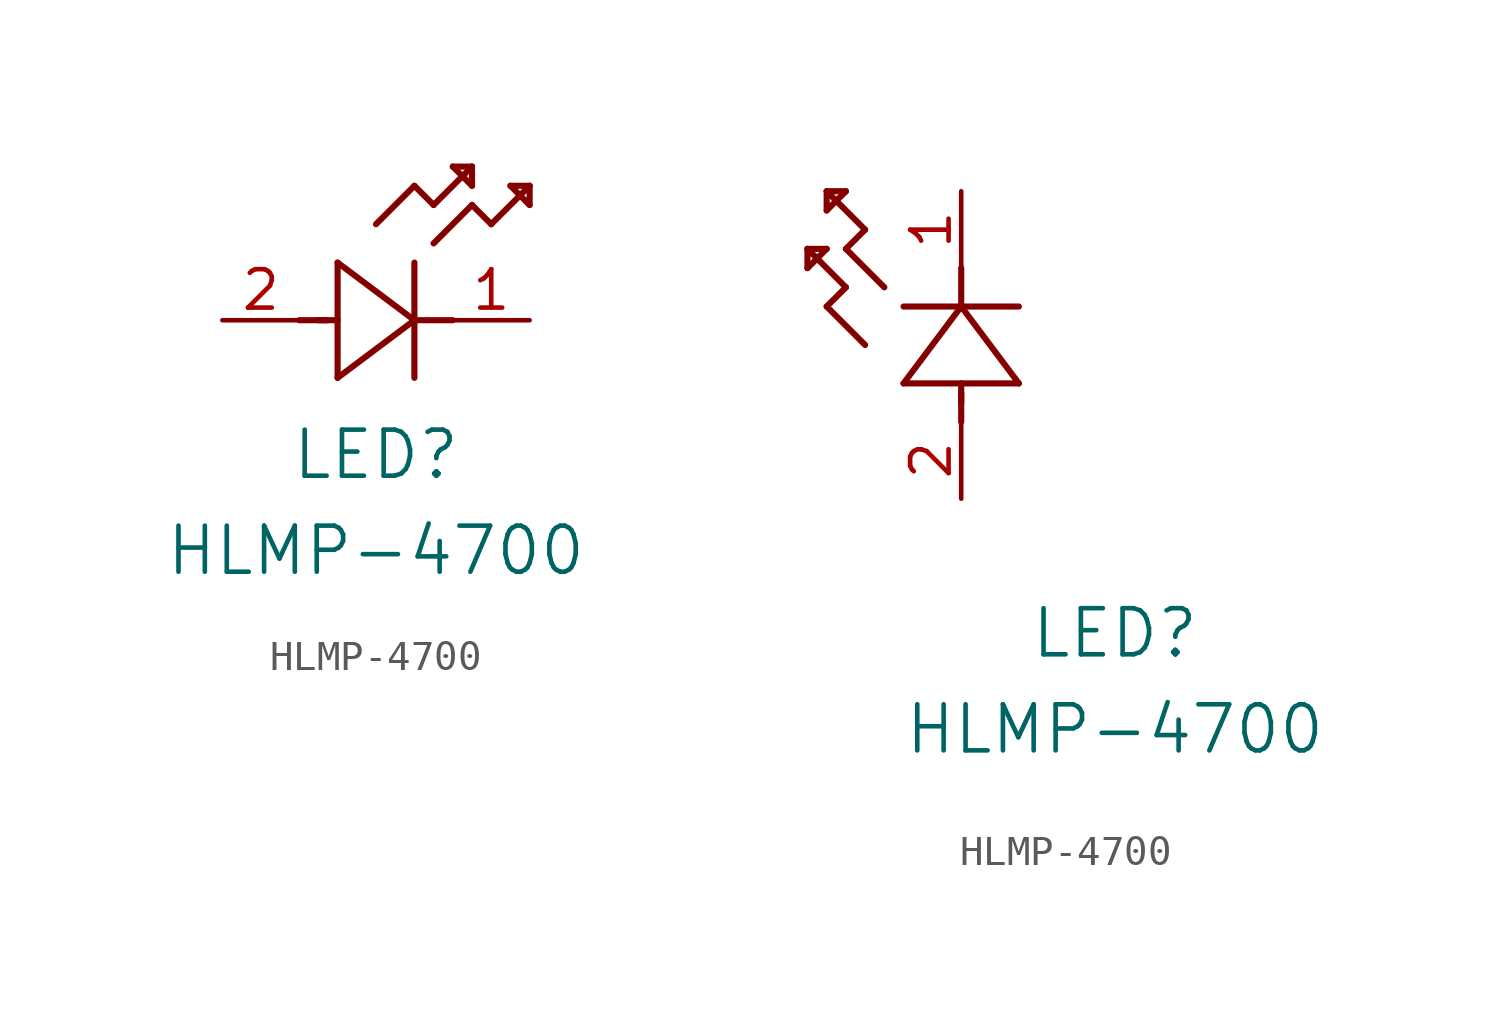
<source format=kicad_sym>
(kicad_symbol_lib
  (version 20211014)
  (generator kicad_symbol_editor)
  (symbol "HLMP-4700"
    (pin_names
      (offset 0.254))
    (property "Reference" "LED"
      (at 5.08 -4.445 0)
      (effects (font (size 1.524 1.524))))
    (property "Value" "HLMP-4700"
      (at 5.08 -7.62 0)
      (effects (font (size 1.524 1.524))))
    (symbol "HLMP-4700_1_1"
      (polyline (pts (xy 2.54 0) (xy 3.48 0)) (stroke (width 0.203) (type default) (color 0 0 0 0)) (fill (type none)))
      (polyline (pts (xy 3.81 1.905) (xy 3.81 -1.905)) (stroke (width 0.203) (type default) (color 0 0 0 0)) (fill (type none)))
      (polyline (pts (xy 3.175 0) (xy 3.81 0)) (stroke (width 0.203) (type default) (color 0 0 0 0)) (fill (type none)))
      (polyline (pts (xy 6.35 -1.905) (xy 6.35 1.905)) (stroke (width 0.203) (type default) (color 0 0 0 0)) (fill (type none)))
      (polyline (pts (xy 6.35 0) (xy 7.62 0)) (stroke (width 0.203) (type default) (color 0 0 0 0)) (fill (type none)))
      (polyline (pts (xy 6.35 4.445) (xy 6.985 3.81)) (stroke (width 0.203) (type default) (color 0 0 0 0)) (fill (type none)))
      (polyline (pts (xy 6.985 3.81) (xy 8.255 5.08)) (stroke (width 0.203) (type default) (color 0 0 0 0)) (fill (type none)))
      (polyline (pts (xy 8.255 3.81) (xy 8.89 3.175)) (stroke (width 0.203) (type default) (color 0 0 0 0)) (fill (type none)))
      (polyline (pts (xy 8.89 3.175) (xy 10.16 4.445)) (stroke (width 0.203) (type default) (color 0 0 0 0)) (fill (type none)))
      (polyline (pts (xy 8.255 5.08) (xy 7.62 5.08)) (stroke (width 0.203) (type default) (color 0 0 0 0)) (fill (type none)))
      (polyline (pts (xy 7.62 5.08) (xy 8.255 4.445)) (stroke (width 0.203) (type default) (color 0 0 0 0)) (fill (type none)))
      (polyline (pts (xy 8.255 4.445) (xy 8.255 5.08)) (stroke (width 0.203) (type default) (color 0 0 0 0)) (fill (type none)))
      (polyline (pts (xy 10.16 4.445) (xy 9.525 4.445)) (stroke (width 0.203) (type default) (color 0 0 0 0)) (fill (type none)))
      (polyline (pts (xy 9.525 4.445) (xy 10.16 3.81)) (stroke (width 0.203) (type default) (color 0 0 0 0)) (fill (type none)))
      (polyline (pts (xy 10.16 3.81) (xy 10.16 4.445)) (stroke (width 0.203) (type default) (color 0 0 0 0)) (fill (type none)))
      (polyline (pts (xy 6.985 2.54) (xy 8.255 3.81)) (stroke (width 0.203) (type default) (color 0 0 0 0)) (fill (type none)))
      (polyline (pts (xy 6.35 0) (xy 3.81 1.905)) (stroke (width 0.203) (type default) (color 0 0 0 0)) (fill (type none)))
      (polyline (pts (xy 3.81 -1.905) (xy 6.35 0)) (stroke (width 0.203) (type default) (color 0 0 0 0)) (fill (type none)))
      (polyline (pts (xy 5.08 3.175) (xy 6.35 4.445)) (stroke (width 0.203) (type default) (color 0 0 0 0)) (fill (type none)))
      (pin unspecified line (at 10.16 0 180) (length 2.54) (name "" (effects (font (size 1.27 1.27)))) (number "1" (effects (font (size 1.27 1.27)))))
      (pin unspecified line (at 0 0 0) (length 2.54) (name "" (effects (font (size 1.27 1.27)))) (number "2" (effects (font (size 1.27 1.27))))))
    (symbol "HLMP-4700_1_2"
      (polyline (pts (xy 0 2.54) (xy 0 3.48)) (stroke (width 0.203) (type default) (color 0 0 0 0)) (fill (type none)))
      (polyline (pts (xy -1.905 3.81) (xy 1.905 3.81)) (stroke (width 0.203) (type default) (color 0 0 0 0)) (fill (type none)))
      (polyline (pts (xy 0 3.175) (xy 0 3.81)) (stroke (width 0.203) (type default) (color 0 0 0 0)) (fill (type none)))
      (polyline (pts (xy 1.905 6.35) (xy -1.905 6.35)) (stroke (width 0.203) (type default) (color 0 0 0 0)) (fill (type none)))
      (polyline (pts (xy 0 6.35) (xy 0 7.62)) (stroke (width 0.203) (type default) (color 0 0 0 0)) (fill (type none)))
      (polyline (pts (xy 0 6.35) (xy -1.905 3.81)) (stroke (width 0.203) (type default) (color 0 0 0 0)) (fill (type none)))
      (polyline (pts (xy 1.905 3.81) (xy 0 6.35)) (stroke (width 0.203) (type default) (color 0 0 0 0)) (fill (type none)))
      (polyline (pts (xy -4.445 6.35) (xy -3.81 6.985)) (stroke (width 0.203) (type default) (color 0 0 0 0)) (fill (type none)))
      (polyline (pts (xy -2.54 6.985) (xy -3.81 8.255)) (stroke (width 0.203) (type default) (color 0 0 0 0)) (fill (type none)))
      (polyline (pts (xy -3.175 5.08) (xy -4.445 6.35)) (stroke (width 0.203) (type default) (color 0 0 0 0)) (fill (type none)))
      (polyline (pts (xy -4.445 10.16) (xy -4.445 9.525)) (stroke (width 0.203) (type default) (color 0 0 0 0)) (fill (type none)))
      (polyline (pts (xy -4.445 9.525) (xy -3.81 10.16)) (stroke (width 0.203) (type default) (color 0 0 0 0)) (fill (type none)))
      (polyline (pts (xy -3.81 10.16) (xy -4.445 10.16)) (stroke (width 0.203) (type default) (color 0 0 0 0)) (fill (type none)))
      (polyline (pts (xy -3.81 8.255) (xy -3.175 8.89)) (stroke (width 0.203) (type default) (color 0 0 0 0)) (fill (type none)))
      (polyline (pts (xy -3.175 8.89) (xy -4.445 10.16)) (stroke (width 0.203) (type default) (color 0 0 0 0)) (fill (type none)))
      (polyline (pts (xy -3.81 6.985) (xy -5.08 8.255)) (stroke (width 0.203) (type default) (color 0 0 0 0)) (fill (type none)))
      (polyline (pts (xy -5.08 8.255) (xy -5.08 7.62)) (stroke (width 0.203) (type default) (color 0 0 0 0)) (fill (type none)))
      (polyline (pts (xy -5.08 7.62) (xy -4.445 8.255)) (stroke (width 0.203) (type default) (color 0 0 0 0)) (fill (type none)))
      (polyline (pts (xy -4.445 8.255) (xy -5.08 8.255)) (stroke (width 0.203) (type default) (color 0 0 0 0)) (fill (type none)))
      (pin unspecified line (at 0 10.16 270) (length 2.54) (name "" (effects (font (size 1.27 1.27)))) (number "1" (effects (font (size 1.27 1.27)))))
      (pin unspecified line (at 0 0 90) (length 2.54) (name "" (effects (font (size 1.27 1.27)))) (number "2" (effects (font (size 1.27 1.27))))))))
</source>
